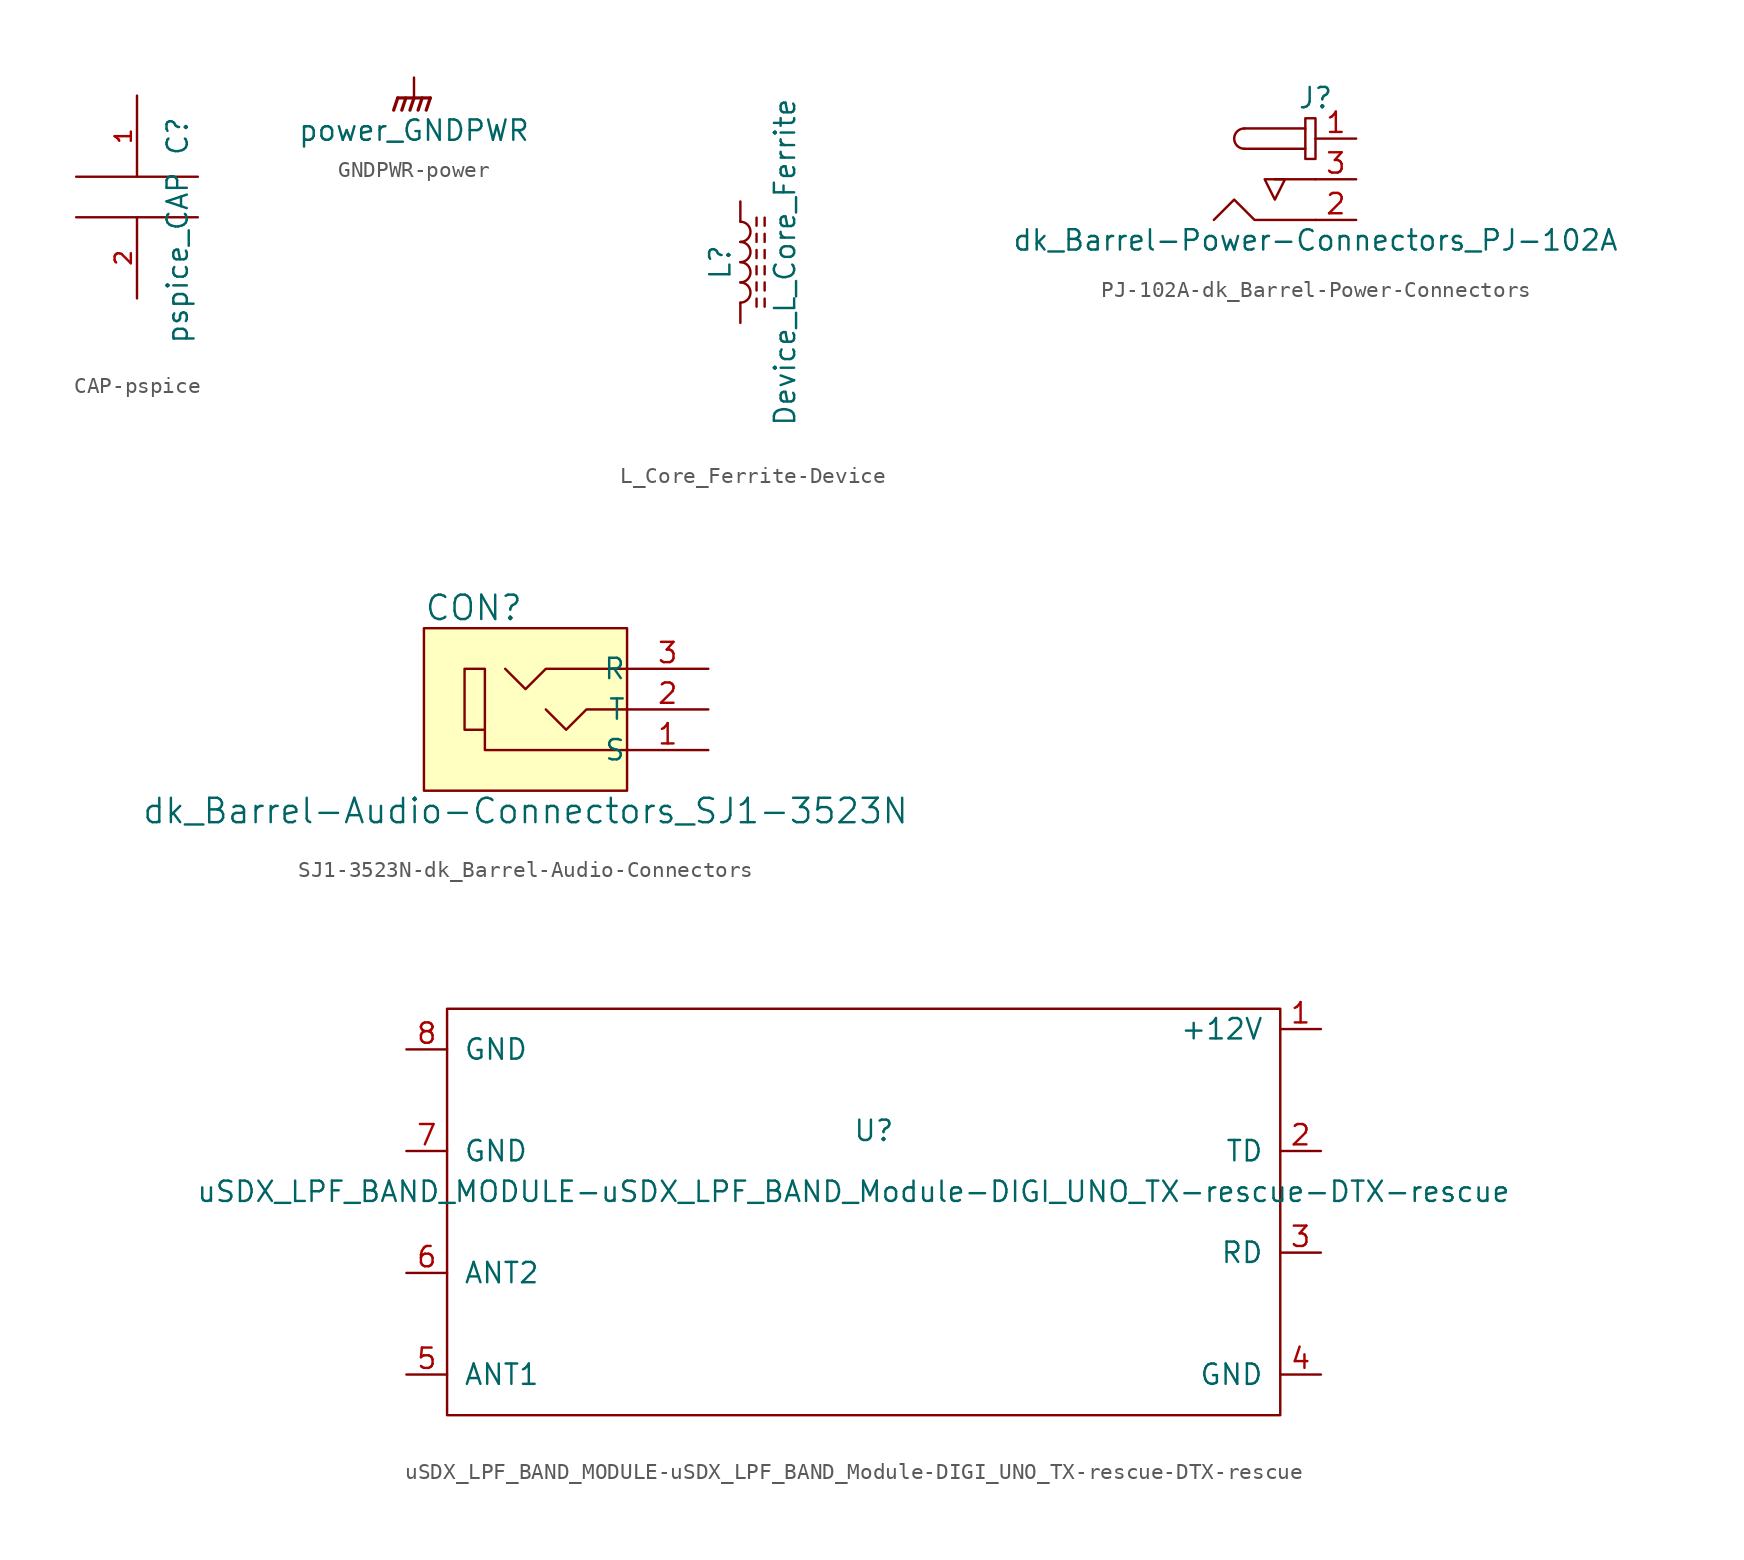
<source format=kicad_sym>
(kicad_symbol_lib
  (version 20241209)
  (generator "kicad_symbol_editor")
  (generator_version "9.0")
  (symbol "CAP-pspice"
    (pin_names
      (offset 0.254))
    (property "Reference" "C"
      (at 2.54 3.81 90)
      (effects (font (size 1.27 1.27))))
    (property "Value" "pspice_CAP"
      (at 2.54 -3.81 90)
      (effects (font (size 1.27 1.27))))
    (symbol "CAP-pspice_0_1"
      (polyline (pts (xy -3.81 1.27) (xy 3.81 1.27)) (stroke (width 0) (type solid)) (fill (type none)))
      (polyline (pts (xy -3.81 -1.27) (xy 3.81 -1.27)) (stroke (width 0) (type solid)) (fill (type none))))
    (symbol "CAP-pspice_1_1"
      (pin passive line (at 0 6.35 270) (length 5.08) (name "~" (effects (font (size 1.016 1.016)))) (number "1" (effects (font (size 1.016 1.016)))))
      (pin passive line (at 0 -6.35 90) (length 5.08) (name "~" (effects (font (size 1.016 1.016)))) (number "2" (effects (font (size 1.016 1.016)))))))
  (symbol "GNDPWR-power"
    (power)
    (pin_names
      (offset 0))
    (property "Reference" "#PWR"
      (at 0 -5.08 0)
      (effects (font (size 1.27 1.27)) (hide yes)))
    (property "Value" "power_GNDPWR"
      (at 0 -3.302 0)
      (effects (font (size 1.27 1.27))))
    (symbol "GNDPWR-power_0_1"
      (polyline (pts (xy -1.016 -1.27) (xy -1.27 -2.032) (xy -1.27 -2.032)) (stroke (width 0.203) (type solid)) (fill (type none)))
      (polyline (pts (xy -0.508 -1.27) (xy -0.762 -2.032) (xy -0.762 -2.032)) (stroke (width 0.203) (type solid)) (fill (type none)))
      (polyline (pts (xy 0 -1.27) (xy 0 0)) (stroke (width 0) (type solid)) (fill (type none)))
      (polyline (pts (xy 0 -1.27) (xy -0.254 -2.032) (xy -0.254 -2.032)) (stroke (width 0.203) (type solid)) (fill (type none)))
      (polyline (pts (xy 0.508 -1.27) (xy 0.254 -2.032) (xy 0.254 -2.032)) (stroke (width 0.203) (type solid)) (fill (type none)))
      (polyline (pts (xy 1.016 -1.27) (xy -1.016 -1.27) (xy -1.016 -1.27)) (stroke (width 0.203) (type solid)) (fill (type none)))
      (polyline (pts (xy 1.016 -1.27) (xy 0.762 -2.032) (xy 0.762 -2.032) (xy 0.762 -2.032)) (stroke (width 0.203) (type solid)) (fill (type none))))
    (symbol "GNDPWR-power_1_1"
      (pin power_in line (at 0 0 270) (length 0) (hide yes) (name "GNDPWR" (effects (font (size 1.27 1.27)))) (number "1" (effects (font (size 1.27 1.27)))))))
  (symbol "L_Core_Ferrite-Device"
    (pin_numbers
      (hide yes))
    (pin_names
      (offset 1.016)
      (hide yes))
    (property "Reference" "L"
      (at -1.27 0 90)
      (effects (font (size 1.27 1.27))))
    (property "Value" "Device_L_Core_Ferrite"
      (at 2.794 0 90)
      (effects (font (size 1.27 1.27))))
    (symbol "L_Core_Ferrite-Device_0_1"
      (arc (start 0 2.54) (mid 0.635 1.905) (end 0 1.27) (stroke (width 0) (type solid)) (fill (type none)))
      (arc (start 0 1.27) (mid 0.635 0.635) (end 0 0) (stroke (width 0) (type solid)) (fill (type none)))
      (arc (start 0 0) (mid 0.635 -0.635) (end 0 -1.27) (stroke (width 0) (type solid)) (fill (type none)))
      (arc (start 0 -1.27) (mid 0.635 -1.905) (end 0 -2.54) (stroke (width 0) (type solid)) (fill (type none)))
      (polyline (pts (xy 1.016 2.286) (xy 1.016 2.794)) (stroke (width 0) (type solid)) (fill (type none)))
      (polyline (pts (xy 1.016 1.27) (xy 1.016 1.778)) (stroke (width 0) (type solid)) (fill (type none)))
      (polyline (pts (xy 1.016 0.254) (xy 1.016 0.762)) (stroke (width 0) (type solid)) (fill (type none)))
      (polyline (pts (xy 1.016 -0.762) (xy 1.016 -0.254)) (stroke (width 0) (type solid)) (fill (type none)))
      (polyline (pts (xy 1.016 -1.778) (xy 1.016 -1.27)) (stroke (width 0) (type solid)) (fill (type none)))
      (polyline (pts (xy 1.016 -2.794) (xy 1.016 -2.286)) (stroke (width 0) (type solid)) (fill (type none)))
      (polyline (pts (xy 1.524 2.794) (xy 1.524 2.286)) (stroke (width 0) (type solid)) (fill (type none)))
      (polyline (pts (xy 1.524 1.778) (xy 1.524 1.27)) (stroke (width 0) (type solid)) (fill (type none)))
      (polyline (pts (xy 1.524 0.762) (xy 1.524 0.254)) (stroke (width 0) (type solid)) (fill (type none)))
      (polyline (pts (xy 1.524 -0.254) (xy 1.524 -0.762)) (stroke (width 0) (type solid)) (fill (type none)))
      (polyline (pts (xy 1.524 -1.27) (xy 1.524 -1.778)) (stroke (width 0) (type solid)) (fill (type none)))
      (polyline (pts (xy 1.524 -2.286) (xy 1.524 -2.794)) (stroke (width 0) (type solid)) (fill (type none))))
    (symbol "L_Core_Ferrite-Device_1_1"
      (pin passive line (at 0 3.81 270) (length 1.27) (name "1" (effects (font (size 1.27 1.27)))) (number "1" (effects (font (size 1.27 1.27)))))
      (pin passive line (at 0 -3.81 90) (length 1.27) (name "2" (effects (font (size 1.27 1.27)))) (number "2" (effects (font (size 1.27 1.27)))))))
  (symbol "PJ-102A-dk_Barrel-Power-Connectors"
    (pin_names
      (offset 1.016))
    (property "Reference" "J"
      (at 0 2.54 0)
      (effects (font (size 1.27 1.27))))
    (property "Value" "dk_Barrel-Power-Connectors_PJ-102A"
      (at 0 -6.35 0)
      (effects (font (size 1.27 1.27))))
    (symbol "PJ-102A-dk_Barrel-Power-Connectors_0_1"
      (arc (start -4.445 -0.635) (mid -5.08 0) (end -4.445 0.635) (stroke (width 0) (type solid)) (fill (type none)))
      (polyline (pts (xy -2.54 -2.54) (xy -3.175 -2.54) (xy -2.54 -3.81) (xy -1.905 -2.54) (xy -2.54 -2.54)) (stroke (width 0) (type solid)) (fill (type none)))
      (rectangle (start -0.635 1.27) (end 0 -1.27) (stroke (width 0) (type solid)) (fill (type none)))
      (polyline (pts (xy -0.635 0.635) (xy -4.445 0.635)) (stroke (width 0) (type solid)) (fill (type none)))
      (polyline (pts (xy -0.635 -0.635) (xy -4.445 -0.635)) (stroke (width 0) (type solid)) (fill (type none)))
      (polyline (pts (xy 0 -2.54) (xy -1.27 -2.54) (xy -2.54 -2.54)) (stroke (width 0) (type solid)) (fill (type none)))
      (polyline (pts (xy 0 -5.08) (xy -3.81 -5.08) (xy -5.08 -3.81) (xy -6.35 -5.08)) (stroke (width 0) (type solid)) (fill (type none))))
    (symbol "PJ-102A-dk_Barrel-Power-Connectors_1_1"
      (pin passive line (at 2.54 0 180) (length 2.54) (name "~" (effects (font (size 1.27 1.27)))) (number "1" (effects (font (size 1.27 1.27)))))
      (pin passive line (at 2.54 -2.54 180) (length 2.54) (name "~" (effects (font (size 1.27 1.27)))) (number "3" (effects (font (size 1.27 1.27)))))
      (pin passive line (at 2.54 -5.08 180) (length 2.54) (name "~" (effects (font (size 1.27 1.27)))) (number "2" (effects (font (size 1.27 1.27)))))))
  (symbol "SJ1-3523N-dk_Barrel-Audio-Connectors"
    (pin_names
      (offset 0.051))
    (property "Reference" "CON"
      (at -7.62 6.35 0)
      (effects (font (size 1.524 1.524)) (justify left)))
    (property "Value" "dk_Barrel-Audio-Connectors_SJ1-3523N"
      (at -1.27 -6.35 0)
      (effects (font (size 1.524 1.524))))
    (symbol "SJ1-3523N-dk_Barrel-Audio-Connectors_0_1"
      (rectangle (start 5.08 5.08) (end -7.62 -5.08) (stroke (width 0) (type solid)) (fill (type background)))
      (polyline (pts (xy 5.08 2.54) (xy 0 2.54) (xy -1.27 1.27) (xy -2.54 2.54)) (stroke (width 0) (type solid)) (fill (type none)))
      (polyline (pts (xy 5.08 0) (xy 2.54 0) (xy 1.27 -1.27) (xy 0 0)) (stroke (width 0) (type solid)) (fill (type none)))
      (polyline (pts (xy 5.08 -2.54) (xy -3.81 -2.54) (xy -3.81 2.54) (xy -5.08 2.54) (xy -5.08 -1.27) (xy -3.81 -1.27)) (stroke (width 0) (type solid)) (fill (type none))))
    (symbol "SJ1-3523N-dk_Barrel-Audio-Connectors_1_1"
      (pin passive line (at 10.16 2.54 180) (length 5.08) (name "R" (effects (font (size 1.27 1.27)))) (number "3" (effects (font (size 1.27 1.27)))))
      (pin passive line (at 10.16 0 180) (length 5.08) (name "T" (effects (font (size 1.27 1.27)))) (number "2" (effects (font (size 1.27 1.27)))))
      (pin passive line (at 10.16 -2.54 180) (length 5.08) (name "S" (effects (font (size 1.27 1.27)))) (number "1" (effects (font (size 1.27 1.27)))))))
  (symbol "uSDX_LPF_BAND_MODULE-uSDX_LPF_BAND_Module-DIGI_UNO_TX-rescue-DTX-rescue"
    (pin_names
      (offset 1.016))
    (property "Reference" "U"
      (at 0 5.08 0)
      (effects (font (size 1.27 1.27))))
    (property "Value" "uSDX_LPF_BAND_MODULE-uSDX_LPF_BAND_Module-DIGI_UNO_TX-rescue-DTX-rescue"
      (at -1.27 1.27 0)
      (effects (font (size 1.27 1.27))))
    (symbol "uSDX_LPF_BAND_MODULE-uSDX_LPF_BAND_Module-DIGI_UNO_TX-rescue-DTX-rescue_0_1"
      (polyline (pts (xy -25.4 12.7) (xy 25.4 12.7) (xy 25.4 -12.7) (xy -26.67 -12.7) (xy -26.67 12.7) (xy -25.4 12.7)) (stroke (width 0) (type solid)) (fill (type none))))
    (symbol "uSDX_LPF_BAND_MODULE-uSDX_LPF_BAND_Module-DIGI_UNO_TX-rescue-DTX-rescue_1_1"
      (pin input line (at -29.21 10.16 0) (length 2.54) (name "GND" (effects (font (size 1.27 1.27)))) (number "8" (effects (font (size 1.27 1.27)))))
      (pin input line (at -29.21 3.81 0) (length 2.54) (name "GND" (effects (font (size 1.27 1.27)))) (number "7" (effects (font (size 1.27 1.27)))))
      (pin input line (at -29.21 -3.81 0) (length 2.54) (name "ANT2" (effects (font (size 1.27 1.27)))) (number "6" (effects (font (size 1.27 1.27)))))
      (pin input line (at -29.21 -10.16 0) (length 2.54) (name "ANT1" (effects (font (size 1.27 1.27)))) (number "5" (effects (font (size 1.27 1.27)))))
      (pin input line (at 27.94 11.43 180) (length 2.54) (name "+12V" (effects (font (size 1.27 1.27)))) (number "1" (effects (font (size 1.27 1.27)))))
      (pin input line (at 27.94 3.81 180) (length 2.54) (name "TD" (effects (font (size 1.27 1.27)))) (number "2" (effects (font (size 1.27 1.27)))))
      (pin input line (at 27.94 -2.54 180) (length 2.54) (name "RD" (effects (font (size 1.27 1.27)))) (number "3" (effects (font (size 1.27 1.27)))))
      (pin input line (at 27.94 -10.16 180) (length 2.54) (name "GND" (effects (font (size 1.27 1.27)))) (number "4" (effects (font (size 1.27 1.27))))))))
</source>
